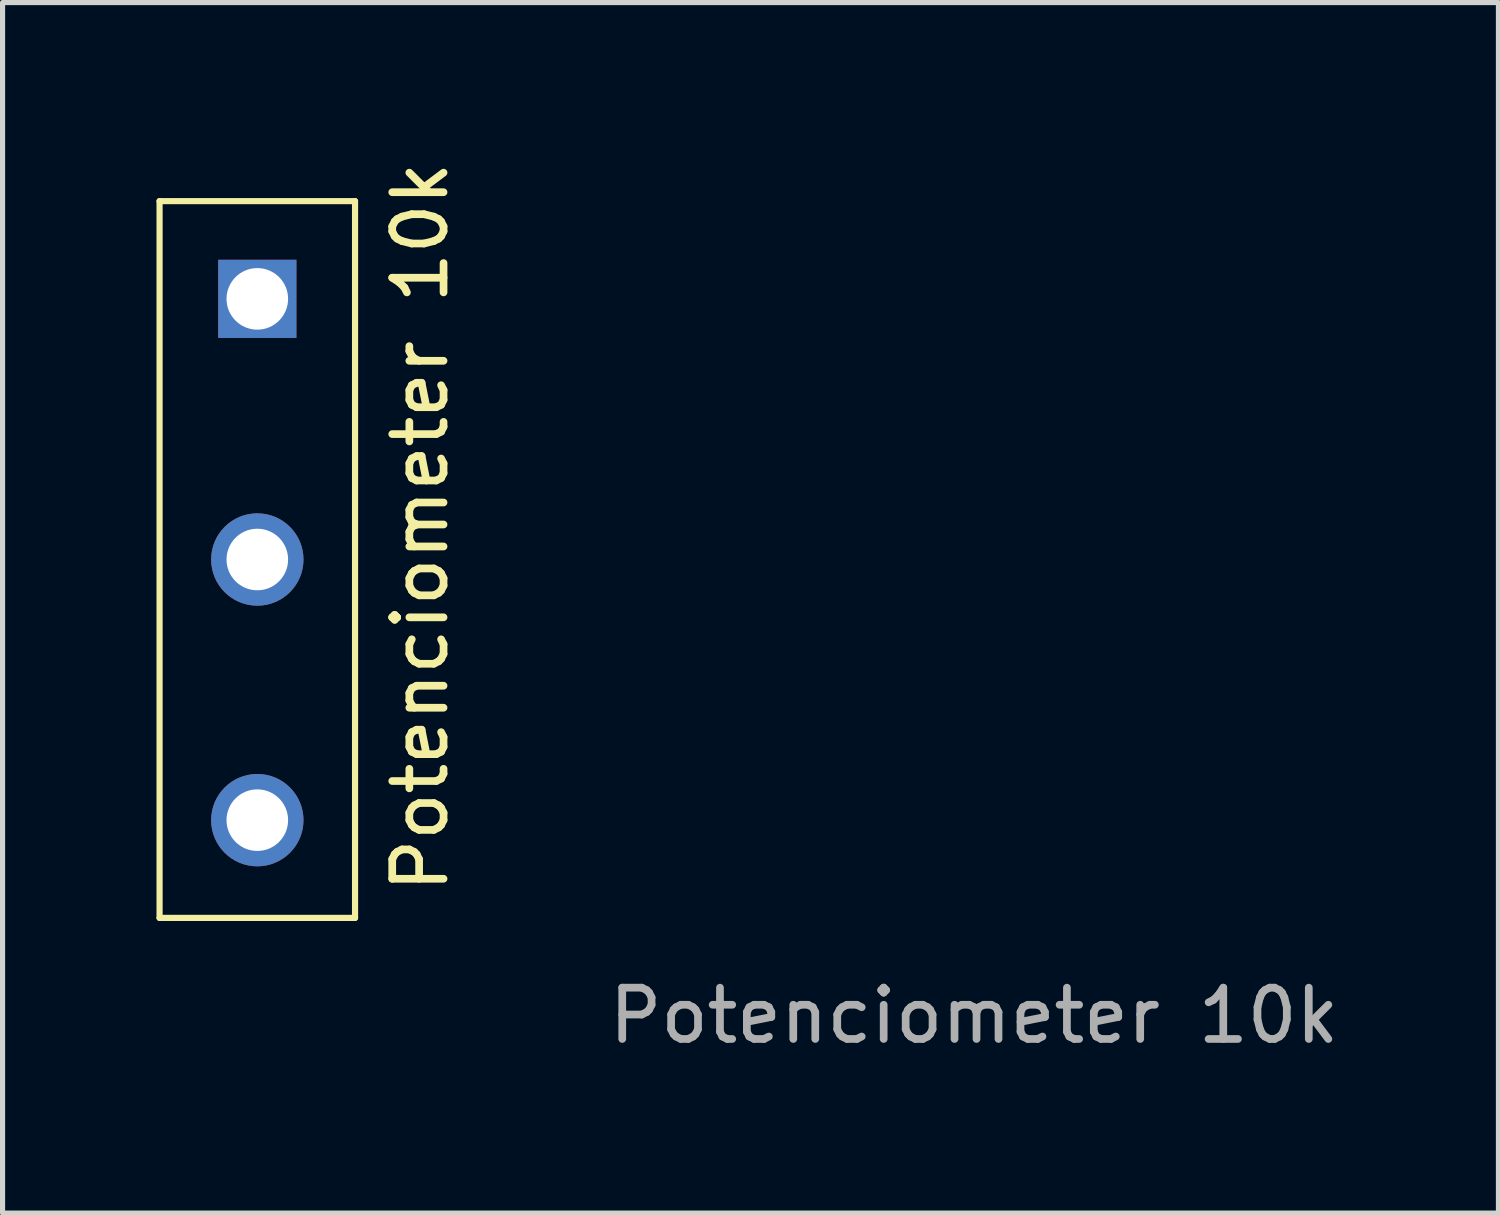
<source format=kicad_pcb>
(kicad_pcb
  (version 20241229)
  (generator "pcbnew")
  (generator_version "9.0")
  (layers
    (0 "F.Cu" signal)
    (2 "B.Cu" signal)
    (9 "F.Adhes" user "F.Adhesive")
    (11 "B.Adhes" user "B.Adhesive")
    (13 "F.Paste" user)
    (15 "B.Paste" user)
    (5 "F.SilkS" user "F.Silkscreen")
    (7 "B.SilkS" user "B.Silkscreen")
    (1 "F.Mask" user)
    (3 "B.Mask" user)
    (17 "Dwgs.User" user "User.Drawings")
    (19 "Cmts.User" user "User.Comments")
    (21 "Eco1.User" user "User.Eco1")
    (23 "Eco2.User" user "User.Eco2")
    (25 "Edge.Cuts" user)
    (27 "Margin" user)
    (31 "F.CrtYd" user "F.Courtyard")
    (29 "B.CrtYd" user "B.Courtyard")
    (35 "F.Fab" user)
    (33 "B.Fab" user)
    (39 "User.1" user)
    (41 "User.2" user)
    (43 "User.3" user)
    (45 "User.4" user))
  (footprint "Potenciometer 10k"
    (layer "F.Cu")
    (at 1.965 7.855)
    (property "Reference" "Potenciometer 10k" (at 3.175 -0.635 90) (unlocked yes) (layer "F.SilkS") (effects (font (size 1 1) (thickness 0.15))))
    (attr through_hole)
    (fp_line (start -1.905 -6.985) (end 1.905 -6.985) (stroke (width 0.12) (type solid)) (layer "F.SilkS"))
    (fp_line (start -1.905 6.985) (end -1.905 -6.985) (stroke (width 0.12) (type solid)) (layer "F.SilkS"))
    (fp_line (start 1.905 -6.985) (end 1.905 6.985) (stroke (width 0.12) (type solid)) (layer "F.SilkS"))
    (fp_line (start 1.905 6.985) (end -1.905 6.985) (stroke (width 0.12) (type solid)) (layer "F.SilkS"))
    (fp_text user "${REFERENCE}" (at 13.97 8.89 0) (unlocked yes) (layer "F.Fab") (effects (font (size 1 1) (thickness 0.15))))
    (pad "1" thru_hole rect (at 0 -5.08) (size 1.524 1.524) (drill 1.2) (layers "*.Cu" "*.Mask"))
    (pad "2" thru_hole circle (at 0 0) (size 1.8 1.8) (drill 1.2) (layers "*.Cu" "*.Mask"))
    (pad "3" thru_hole circle (at 0 5.08) (size 1.8 1.8) (drill 1.2) (layers "*.Cu" "*.Mask")))
  (gr_rect
    (start -3 -3)
    (end 26.155 20.593)
    (stroke (width 0.1) (type default))
    (fill no)
    (layer "Edge.Cuts")))
</source>
